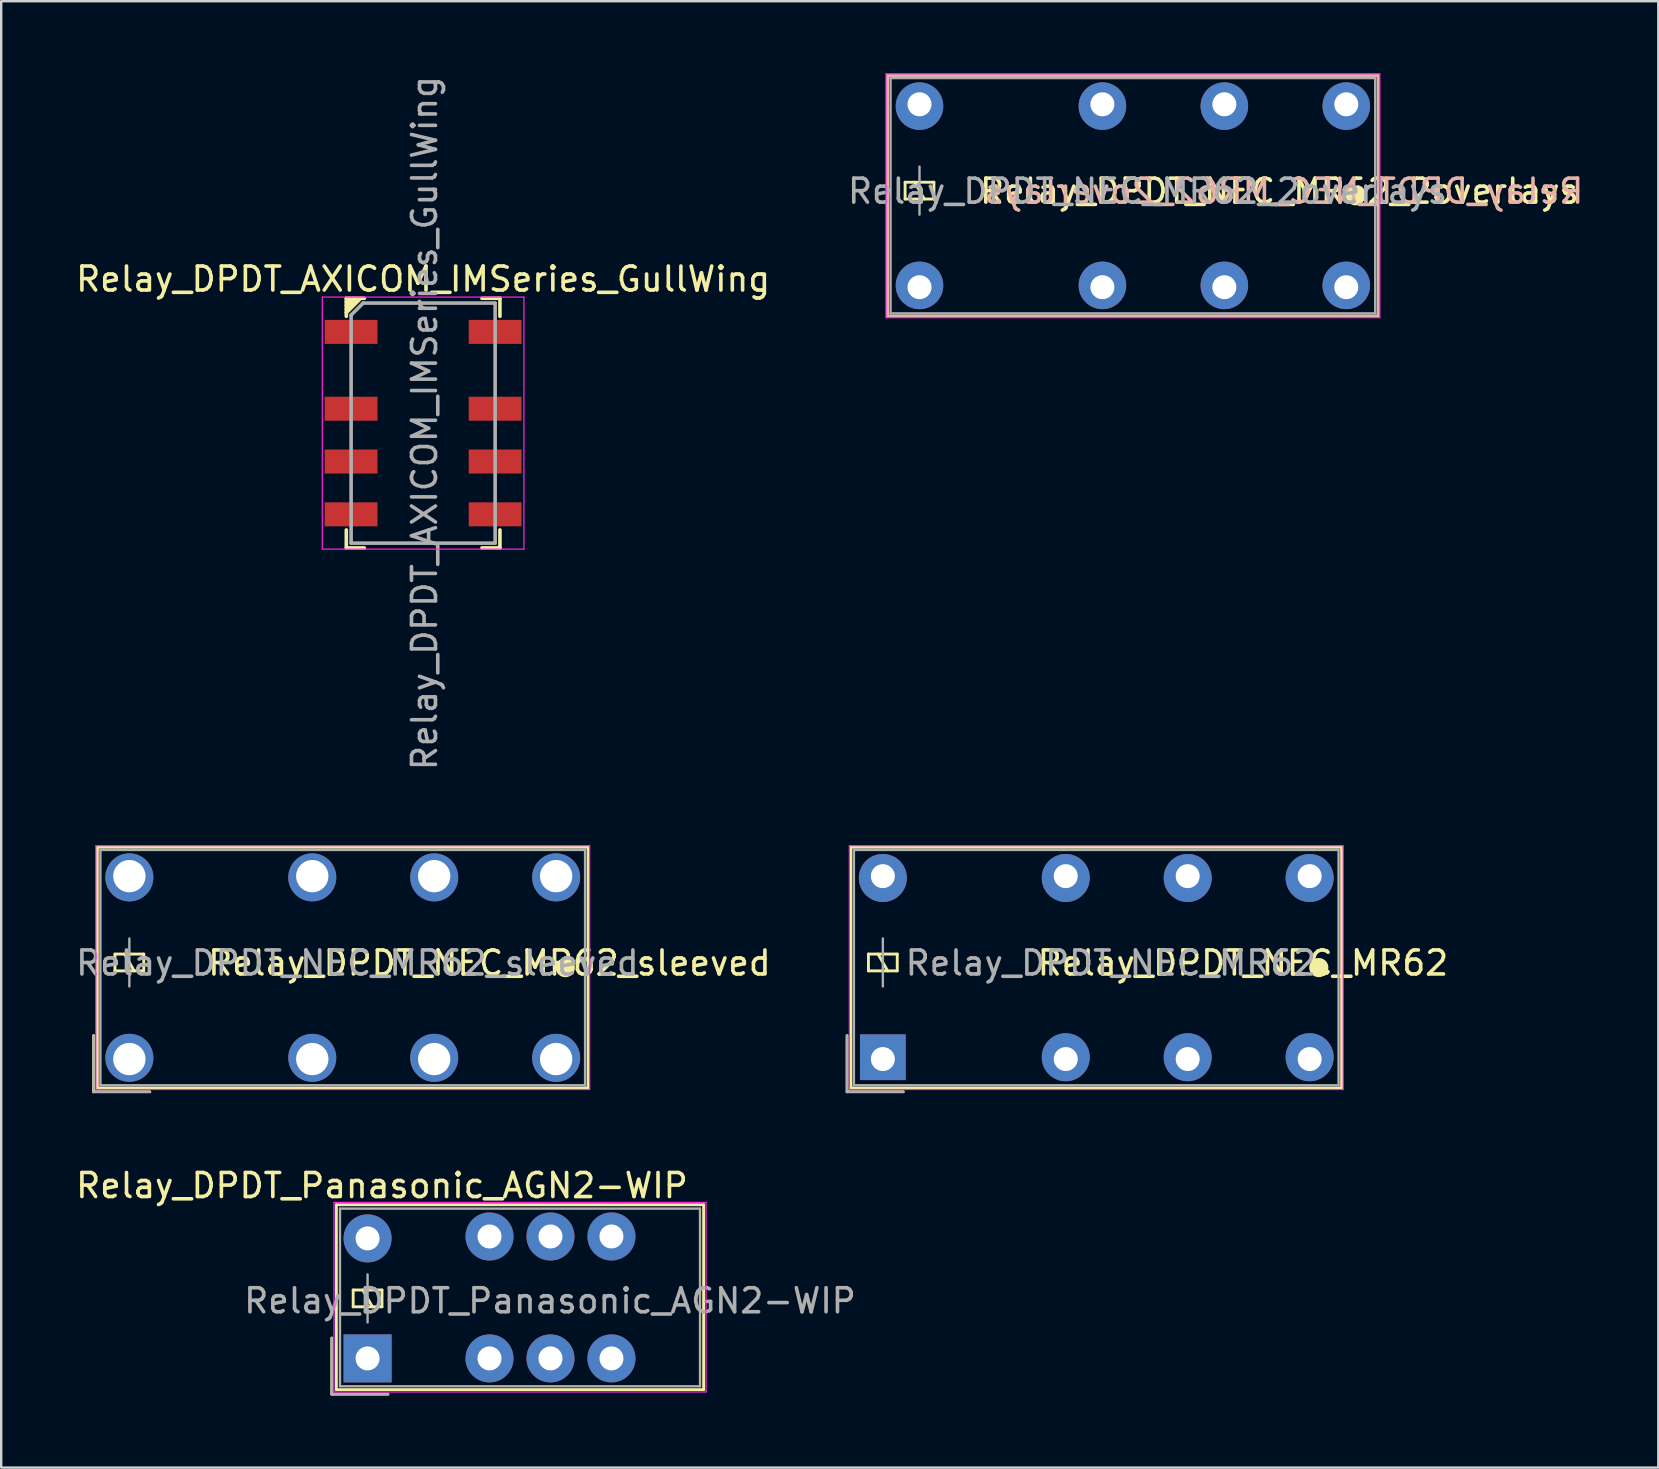
<source format=kicad_pcb>
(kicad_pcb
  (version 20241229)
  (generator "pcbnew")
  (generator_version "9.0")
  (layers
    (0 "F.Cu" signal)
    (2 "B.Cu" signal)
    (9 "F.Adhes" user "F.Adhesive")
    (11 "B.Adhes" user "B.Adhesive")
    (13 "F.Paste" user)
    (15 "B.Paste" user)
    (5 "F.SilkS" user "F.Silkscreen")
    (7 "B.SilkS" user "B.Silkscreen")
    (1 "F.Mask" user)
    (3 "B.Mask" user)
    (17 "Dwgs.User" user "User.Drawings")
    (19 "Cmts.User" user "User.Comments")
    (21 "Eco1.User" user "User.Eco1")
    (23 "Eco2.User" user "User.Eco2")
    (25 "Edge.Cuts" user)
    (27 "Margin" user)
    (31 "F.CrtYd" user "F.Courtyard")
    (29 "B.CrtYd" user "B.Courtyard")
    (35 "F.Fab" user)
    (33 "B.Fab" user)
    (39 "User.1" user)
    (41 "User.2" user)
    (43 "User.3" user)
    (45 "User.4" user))
  (footprint "Relay_DPDT_Panasonic_AGN2-WIP"
    (layer "F.Cu")
    (at 12.263 53.541)
    (property "Reference" "Relay_DPDT_Panasonic_AGN2-WIP" (at 0.6 -7.2 180) (layer "F.SilkS") (effects (font (size 1 1) (thickness 0.15))))
    (attr through_hole)
    (fp_line (start -1.49 1.49) (end -1.49 -0.85) (stroke (width 0.12) (type solid)) (layer "F.SilkS"))
    (fp_line (start -1.3 -6.4) (end -1.3 1.3) (stroke (width 0.12) (type solid)) (layer "F.SilkS"))
    (fp_line (start -1.3 1.3) (end 14 1.3) (stroke (width 0.12) (type solid)) (layer "F.SilkS"))
    (fp_line (start -0.6 -2.85) (end -0.6 -2.15) (stroke (width 0.12) (type solid)) (layer "F.SilkS"))
    (fp_line (start -0.6 -2.15) (end 0.6 -2.15) (stroke (width 0.12) (type solid)) (layer "F.SilkS"))
    (fp_line (start 0.2 -2.15) (end -0.2 -2.85) (stroke (width 0.12) (type solid)) (layer "F.SilkS"))
    (fp_line (start 0.6 -2.85) (end -0.6 -2.85) (stroke (width 0.12) (type solid)) (layer "F.SilkS"))
    (fp_line (start 0.6 -2.15) (end 0.6 -2.85) (stroke (width 0.12) (type solid)) (layer "F.SilkS"))
    (fp_line (start 0.85 1.49) (end -1.49 1.49) (stroke (width 0.12) (type solid)) (layer "F.SilkS"))
    (fp_line (start 14 -6.4) (end -1.3 -6.4) (stroke (width 0.12) (type solid)) (layer "F.SilkS"))
    (fp_line (start 14 1.3) (end 14 -6.4) (stroke (width 0.12) (type solid)) (layer "F.SilkS"))
    (fp_line (start -1.4 -6.5) (end -1.4 1.4) (stroke (width 0.05) (type solid)) (layer "F.CrtYd"))
    (fp_line (start -1.4 1.4) (end 14.1 1.4) (stroke (width 0.05) (type solid)) (layer "F.CrtYd"))
    (fp_line (start 14.1 -6.5) (end -1.4 -6.5) (stroke (width 0.05) (type solid)) (layer "F.CrtYd"))
    (fp_line (start 14.1 1.4) (end 14.1 -6.5) (stroke (width 0.05) (type solid)) (layer "F.CrtYd"))
    (fp_line (start -1.49 1.49) (end -1.49 -0.85) (stroke (width 0.1) (type solid)) (layer "F.Fab"))
    (fp_line (start -1.15 -6.24) (end 13.85 -6.24) (stroke (width 0.1) (type solid)) (layer "F.Fab"))
    (fp_line (start -1.15 1.16) (end -1.15 -6.24) (stroke (width 0.1) (type solid)) (layer "F.Fab"))
    (fp_line (start -1.15 1.16) (end 13.85 1.16) (stroke (width 0.1) (type solid)) (layer "F.Fab"))
    (fp_line (start 0 -1.5) (end 0 -3.5) (stroke (width 0.1) (type solid)) (layer "F.Fab"))
    (fp_line (start 0.85 1.49) (end -1.49 1.49) (stroke (width 0.1) (type solid)) (layer "F.Fab"))
    (fp_line (start 13.85 1.16) (end 13.85 -6.24) (stroke (width 0.1) (type solid)) (layer "F.Fab"))
    (fp_text user "${REFERENCE}" (at 7.6 -2.4 180) (layer "F.Fab") (effects (font (size 1 1) (thickness 0.15))))
    (pad "1" thru_hole rect (at 0 0 90) (size 2 2) (drill 1) (layers "*.Cu" "*.Mask"))
    (pad "3" thru_hole oval (at 5.08 0 90) (size 2 2) (drill 1) (layers "*.Cu" "*.Mask"))
    (pad "4" thru_hole oval (at 7.62 0 90) (size 2 2) (drill 1) (layers "*.Cu" "*.Mask"))
    (pad "5" thru_hole oval (at 10.16 0 90) (size 2 2) (drill 1) (layers "*.Cu" "*.Mask"))
    (pad "8" thru_hole oval (at 10.16 -5.08 90) (size 2 2) (drill 1) (layers "*.Cu" "*.Mask"))
    (pad "9" thru_hole oval (at 7.62 -5.08 90) (size 2 2) (drill 1) (layers "*.Cu" "*.Mask"))
    (pad "10" thru_hole oval (at 5.08 -5.08 90) (size 2 2) (drill 1) (layers "*.Cu" "*.Mask"))
    (pad "12" thru_hole oval (at 0 -5 90) (size 2 2) (drill 1) (layers "*.Cu" "*.Mask")))
  (footprint "Relay_DPDT_NEC_MR62_sleeved"
    (layer "F.Cu")
    (at 2.339 41.07)
    (property "Reference" "Relay_DPDT_NEC_MR62_sleeved" (at 15 -4 180) (layer "F.SilkS") (effects (font (size 1 1) (thickness 0.15))))
    (attr through_hole)
    (fp_line (start -1.49 1.363) (end -1.49 -0.977) (stroke (width 0.12) (type solid)) (layer "F.SilkS"))
    (fp_line (start -1.333 -8.826) (end -1.333 1.206) (stroke (width 0.12) (type solid)) (layer "F.SilkS"))
    (fp_line (start -1.333 1.206) (end 19.113 1.206) (stroke (width 0.12) (type solid)) (layer "F.SilkS"))
    (fp_line (start -0.6 -4.374) (end -0.6 -3.674) (stroke (width 0.12) (type solid)) (layer "F.SilkS"))
    (fp_line (start -0.6 -3.674) (end 0.6 -3.674) (stroke (width 0.12) (type solid)) (layer "F.SilkS"))
    (fp_line (start 0.2 -3.674) (end -0.2 -4.374) (stroke (width 0.12) (type solid)) (layer "F.SilkS"))
    (fp_line (start 0.6 -4.374) (end -0.6 -4.374) (stroke (width 0.12) (type solid)) (layer "F.SilkS"))
    (fp_line (start 0.6 -3.674) (end 0.6 -4.374) (stroke (width 0.12) (type solid)) (layer "F.SilkS"))
    (fp_line (start 0.85 1.363) (end -1.49 1.363) (stroke (width 0.12) (type solid)) (layer "F.SilkS"))
    (fp_line (start 19.113 -8.826) (end -1.333 -8.826) (stroke (width 0.12) (type solid)) (layer "F.SilkS"))
    (fp_line (start 19.113 1.206) (end 19.113 -8.826) (stroke (width 0.12) (type solid)) (layer "F.SilkS"))
    (fp_circle (center 18.161 -3.81) (end 18.361 -3.81) (stroke (width 0.4) (type solid)) (fill no) (layer "F.SilkS"))
    (fp_line (start -1.397 -8.89) (end -1.397 1.27) (stroke (width 0.05) (type solid)) (layer "F.CrtYd"))
    (fp_line (start -1.397 1.27) (end 19.177 1.27) (stroke (width 0.05) (type solid)) (layer "F.CrtYd"))
    (fp_line (start 19.177 -8.89) (end -1.397 -8.89) (stroke (width 0.05) (type solid)) (layer "F.CrtYd"))
    (fp_line (start 19.177 1.27) (end 19.177 -8.89) (stroke (width 0.05) (type solid)) (layer "F.CrtYd"))
    (fp_line (start -1.49 1.363) (end -1.49 -0.977) (stroke (width 0.1) (type solid)) (layer "F.Fab"))
    (fp_line (start -1.206 -8.712) (end 18.986 -8.712) (stroke (width 0.1) (type solid)) (layer "F.Fab"))
    (fp_line (start -1.206 1.092) (end -1.206 -8.712) (stroke (width 0.1) (type solid)) (layer "F.Fab"))
    (fp_line (start -1.206 1.092) (end 18.986 1.092) (stroke (width 0.1) (type solid)) (layer "F.Fab"))
    (fp_line (start 0 -3.024) (end 0 -5.024) (stroke (width 0.1) (type solid)) (layer "F.Fab"))
    (fp_line (start 0.85 1.363) (end -1.49 1.363) (stroke (width 0.1) (type solid)) (layer "F.Fab"))
    (fp_line (start 18.986 1.092) (end 18.986 -8.712) (stroke (width 0.1) (type solid)) (layer "F.Fab"))
    (fp_text user "${REFERENCE}" (at 9.5 -4 180) (layer "F.Fab") (effects (font (size 1 1) (thickness 0.15))))
    (pad "1" thru_hole oval (at 0 0 90) (size 2 2) (drill 1.346 (offset 0.051 0)) (layers "*.Cu" "*.Mask"))
    (pad "4" thru_hole oval (at 7.62 0 90) (size 2 2) (drill 1.346 (offset 0.051 0)) (layers "*.Cu" "*.Mask"))
    (pad "6" thru_hole oval (at 12.7 0 90) (size 2 2) (drill 1.346 (offset 0.051 0)) (layers "*.Cu" "*.Mask"))
    (pad "8" thru_hole oval (at 17.78 0 90) (size 2 2) (drill 1.346 (offset 0.051 0)) (layers "*.Cu" "*.Mask"))
    (pad "9" thru_hole oval (at 17.78 -7.62 90) (size 2 2) (drill 1.346 (offset -0.051 0)) (layers "*.Cu" "*.Mask"))
    (pad "11" thru_hole oval (at 12.7 -7.62 90) (size 2 2) (drill 1.346 (offset -0.051 0)) (layers "*.Cu" "*.Mask"))
    (pad "13" thru_hole oval (at 7.62 -7.62 90) (size 2 2) (drill 1.346 (offset -0.051 0)) (layers "*.Cu" "*.Mask"))
    (pad "16" thru_hole oval (at 0 -7.62 90) (size 2 2) (drill 1.346 (offset -0.051 0)) (layers "*.Cu" "*.Mask")))
  (footprint "Relay_DPDT_AXICOM_IMSeries_GullWing"
    (layer "F.Cu")
    (at 14.577 14.577)
    (property "Reference" "Relay_DPDT_AXICOM_IMSeries_GullWing" (at 0 -6 0) (layer "F.SilkS") (effects (font (size 1 1) (thickness 0.15))))
    (attr smd)
    (fp_line (start -3.2 -5.2) (end -3.2 -4.45) (stroke (width 0.15) (type solid)) (layer "F.SilkS"))
    (fp_line (start -3.2 4.45) (end -3.2 5.2) (stroke (width 0.15) (type solid)) (layer "F.SilkS"))
    (fp_line (start -3.2 5.2) (end -2.45 5.2) (stroke (width 0.15) (type solid)) (layer "F.SilkS"))
    (fp_line (start -3.05 -5.2) (end -3.2 -5.05) (stroke (width 0.15) (type solid)) (layer "F.SilkS"))
    (fp_line (start -2.9 -5.2) (end -3.2 -4.9) (stroke (width 0.15) (type solid)) (layer "F.SilkS"))
    (fp_line (start -2.75 -5.2) (end -3.2 -4.75) (stroke (width 0.15) (type solid)) (layer "F.SilkS"))
    (fp_line (start -2.6 -5.2) (end -3.2 -4.6) (stroke (width 0.15) (type solid)) (layer "F.SilkS"))
    (fp_line (start -2.45 -5.2) (end -3.2 -5.2) (stroke (width 0.15) (type solid)) (layer "F.SilkS"))
    (fp_line (start 2.45 -5.2) (end 3.2 -5.2) (stroke (width 0.15) (type solid)) (layer "F.SilkS"))
    (fp_line (start 2.45 5.2) (end 3.2 5.2) (stroke (width 0.15) (type solid)) (layer "F.SilkS"))
    (fp_line (start 3.2 -5.2) (end 3.2 -4.45) (stroke (width 0.15) (type solid)) (layer "F.SilkS"))
    (fp_line (start 3.2 4.45) (end 3.2 5.2) (stroke (width 0.15) (type solid)) (layer "F.SilkS"))
    (fp_line (start -4.2 -5.25) (end -4.2 5.25) (stroke (width 0.05) (type solid)) (layer "F.CrtYd"))
    (fp_line (start -4.2 5.25) (end 4.2 5.25) (stroke (width 0.05) (type solid)) (layer "F.CrtYd"))
    (fp_line (start 4.2 -5.25) (end -4.2 -5.25) (stroke (width 0.05) (type solid)) (layer "F.CrtYd"))
    (fp_line (start 4.2 5.25) (end 4.2 -5.25) (stroke (width 0.05) (type solid)) (layer "F.CrtYd"))
    (fp_line (start -3 -4.5) (end -2.5 -5) (stroke (width 0.15) (type solid)) (layer "F.Fab"))
    (fp_line (start -3 5) (end -3 -4.5) (stroke (width 0.15) (type solid)) (layer "F.Fab"))
    (fp_line (start -2.5 -5) (end 3 -5) (stroke (width 0.15) (type solid)) (layer "F.Fab"))
    (fp_line (start 3 -5) (end 3 5) (stroke (width 0.15) (type solid)) (layer "F.Fab"))
    (fp_line (start 3 5) (end -3 5) (stroke (width 0.15) (type solid)) (layer "F.Fab"))
    (fp_text user "${REFERENCE}" (at 0.06 0 90) (layer "F.Fab") (effects (font (size 1 1) (thickness 0.15))))
    (pad "1" smd rect (at -3 -3.8) (size 2.2 1) (layers "F.Cu" "F.Mask" "F.Paste"))
    (pad "2" smd rect (at -3 -0.6) (size 2.2 1) (layers "F.Cu" "F.Mask" "F.Paste"))
    (pad "3" smd rect (at -3 1.6) (size 2.2 1) (layers "F.Cu" "F.Mask" "F.Paste"))
    (pad "4" smd rect (at -3 3.8) (size 2.2 1) (layers "F.Cu" "F.Mask" "F.Paste"))
    (pad "5" smd rect (at 3 3.8) (size 2.2 1) (layers "F.Cu" "F.Mask" "F.Paste"))
    (pad "6" smd rect (at 3 1.6) (size 2.2 1) (layers "F.Cu" "F.Mask" "F.Paste"))
    (pad "7" smd rect (at 3 -0.6) (size 2.2 1) (layers "F.Cu" "F.Mask" "F.Paste"))
    (pad "8" smd rect (at 3 -3.8) (size 2.2 1) (layers "F.Cu" "F.Mask" "F.Paste")))
  (footprint "Relay_DPDT_NEC_MR62"
    (layer "F.Cu")
    (at 33.729 41.07)
    (property "Reference" "Relay_DPDT_NEC_MR62" (at 15 -4 180) (layer "F.SilkS") (effects (font (size 1 1) (thickness 0.15))))
    (attr through_hole)
    (fp_line (start -1.49 1.363) (end -1.49 -0.977) (stroke (width 0.12) (type solid)) (layer "F.SilkS"))
    (fp_line (start -1.333 -8.826) (end -1.333 1.206) (stroke (width 0.12) (type solid)) (layer "F.SilkS"))
    (fp_line (start -1.333 1.206) (end 19.113 1.206) (stroke (width 0.12) (type solid)) (layer "F.SilkS"))
    (fp_line (start -0.6 -4.374) (end -0.6 -3.674) (stroke (width 0.12) (type solid)) (layer "F.SilkS"))
    (fp_line (start -0.6 -3.674) (end 0.6 -3.674) (stroke (width 0.12) (type solid)) (layer "F.SilkS"))
    (fp_line (start 0.2 -3.674) (end -0.2 -4.374) (stroke (width 0.12) (type solid)) (layer "F.SilkS"))
    (fp_line (start 0.6 -4.374) (end -0.6 -4.374) (stroke (width 0.12) (type solid)) (layer "F.SilkS"))
    (fp_line (start 0.6 -3.674) (end 0.6 -4.374) (stroke (width 0.12) (type solid)) (layer "F.SilkS"))
    (fp_line (start 0.85 1.363) (end -1.49 1.363) (stroke (width 0.12) (type solid)) (layer "F.SilkS"))
    (fp_line (start 19.113 -8.826) (end -1.333 -8.826) (stroke (width 0.12) (type solid)) (layer "F.SilkS"))
    (fp_line (start 19.113 1.206) (end 19.113 -8.826) (stroke (width 0.12) (type solid)) (layer "F.SilkS"))
    (fp_circle (center 18.161 -3.81) (end 18.361 -3.81) (stroke (width 0.4) (type solid)) (fill no) (layer "F.SilkS"))
    (fp_line (start -1.397 -8.89) (end -1.397 1.27) (stroke (width 0.05) (type solid)) (layer "F.CrtYd"))
    (fp_line (start -1.397 1.27) (end 19.177 1.27) (stroke (width 0.05) (type solid)) (layer "F.CrtYd"))
    (fp_line (start 19.177 -8.89) (end -1.397 -8.89) (stroke (width 0.05) (type solid)) (layer "F.CrtYd"))
    (fp_line (start 19.177 1.27) (end 19.177 -8.89) (stroke (width 0.05) (type solid)) (layer "F.CrtYd"))
    (fp_line (start -1.49 1.363) (end -1.49 -0.977) (stroke (width 0.1) (type solid)) (layer "F.Fab"))
    (fp_line (start -1.206 -8.712) (end 18.986 -8.712) (stroke (width 0.1) (type solid)) (layer "F.Fab"))
    (fp_line (start -1.206 1.092) (end -1.206 -8.712) (stroke (width 0.1) (type solid)) (layer "F.Fab"))
    (fp_line (start -1.206 1.092) (end 18.986 1.092) (stroke (width 0.1) (type solid)) (layer "F.Fab"))
    (fp_line (start 0 -3.024) (end 0 -5.024) (stroke (width 0.1) (type solid)) (layer "F.Fab"))
    (fp_line (start 0.85 1.363) (end -1.49 1.363) (stroke (width 0.1) (type solid)) (layer "F.Fab"))
    (fp_line (start 18.986 1.092) (end 18.986 -8.712) (stroke (width 0.1) (type solid)) (layer "F.Fab"))
    (fp_text user "${REFERENCE}" (at 9.5 -4 180) (layer "F.Fab") (effects (font (size 1 1) (thickness 0.15))))
    (pad "1" thru_hole rect (at 0 0 90) (size 1.905 1.905) (drill 1 (offset 0.076 0)) (layers "*.Cu" "*.Mask"))
    (pad "4" thru_hole oval (at 7.62 0 90) (size 2 2) (drill 1 (offset 0.076 0)) (layers "*.Cu" "*.Mask"))
    (pad "6" thru_hole oval (at 12.7 0 90) (size 2 2) (drill 1 (offset 0.076 0)) (layers "*.Cu" "*.Mask"))
    (pad "8" thru_hole oval (at 17.78 0 90) (size 2 2) (drill 1 (offset 0.076 0)) (layers "*.Cu" "*.Mask"))
    (pad "9" thru_hole oval (at 17.78 -7.62 90) (size 2 2) (drill 1 (offset -0.076 0)) (layers "*.Cu" "*.Mask"))
    (pad "11" thru_hole oval (at 12.7 -7.62 90) (size 2 2) (drill 1 (offset -0.076 0)) (layers "*.Cu" "*.Mask"))
    (pad "13" thru_hole oval (at 7.62 -7.62 90) (size 2 2) (drill 1 (offset -0.076 0)) (layers "*.Cu" "*.Mask"))
    (pad "16" thru_hole oval (at 0 -7.62 90) (size 2 2) (drill 1 (offset -0.076 0)) (layers "*.Cu" "*.Mask")))
  (footprint "Relay_DPDT_NEC_MR62_2overlays"
    (layer "F.Cu")
    (at 35.256 8.915)
    (property "Reference" "Relay_DPDT_NEC_MR62_2overlays" (at 15 -4 180) (layer "F.SilkS") (effects (font (size 1 1) (thickness 0.15))))
    (attr through_hole)
    (fp_line (start -1.333 -8.826) (end -1.333 1.206) (stroke (width 0.12) (type solid)) (layer "F.SilkS"))
    (fp_line (start -1.333 1.206) (end 19.113 1.206) (stroke (width 0.12) (type solid)) (layer "F.SilkS"))
    (fp_line (start -0.6 -4.374) (end -0.6 -3.674) (stroke (width 0.12) (type solid)) (layer "F.SilkS"))
    (fp_line (start -0.6 -3.674) (end 0.6 -3.674) (stroke (width 0.12) (type solid)) (layer "F.SilkS"))
    (fp_line (start 0.2 -3.674) (end -0.2 -4.374) (stroke (width 0.12) (type solid)) (layer "F.SilkS"))
    (fp_line (start 0.6 -4.374) (end -0.6 -4.374) (stroke (width 0.12) (type solid)) (layer "F.SilkS"))
    (fp_line (start 0.6 -3.674) (end 0.6 -4.374) (stroke (width 0.12) (type solid)) (layer "F.SilkS"))
    (fp_line (start 19.113 -8.826) (end -1.333 -8.826) (stroke (width 0.12) (type solid)) (layer "F.SilkS"))
    (fp_line (start 19.113 1.206) (end 19.113 -8.826) (stroke (width 0.12) (type solid)) (layer "F.SilkS"))
    (fp_circle (center 18.161 -3.81) (end 18.361 -3.81) (stroke (width 0.4) (type solid)) (fill no) (layer "F.SilkS"))
    (fp_line (start -1.333 -8.826) (end -1.333 1.206) (stroke (width 0.12) (type solid)) (layer "B.SilkS"))
    (fp_line (start -1.333 1.206) (end 19.113 1.206) (stroke (width 0.12) (type solid)) (layer "B.SilkS"))
    (fp_line (start 19.113 -8.826) (end -1.333 -8.826) (stroke (width 0.12) (type solid)) (layer "B.SilkS"))
    (fp_line (start 19.113 1.206) (end 19.113 -8.826) (stroke (width 0.12) (type solid)) (layer "B.SilkS"))
    (fp_line (start -1.397 -8.89) (end -1.397 1.27) (stroke (width 0.05) (type solid)) (layer "F.CrtYd"))
    (fp_line (start -1.397 1.27) (end 19.177 1.27) (stroke (width 0.05) (type solid)) (layer "F.CrtYd"))
    (fp_line (start 19.177 -8.89) (end -1.397 -8.89) (stroke (width 0.05) (type solid)) (layer "F.CrtYd"))
    (fp_line (start 19.177 1.27) (end 19.177 -8.89) (stroke (width 0.05) (type solid)) (layer "F.CrtYd"))
    (fp_line (start -1.206 -8.712) (end 18.986 -8.712) (stroke (width 0.1) (type solid)) (layer "F.Fab"))
    (fp_line (start -1.206 1.092) (end -1.206 -8.712) (stroke (width 0.1) (type solid)) (layer "F.Fab"))
    (fp_line (start -1.206 1.092) (end 18.986 1.092) (stroke (width 0.1) (type solid)) (layer "F.Fab"))
    (fp_line (start 0 -3.024) (end 0 -5.024) (stroke (width 0.1) (type solid)) (layer "F.Fab"))
    (fp_line (start 18.986 1.092) (end 18.986 -8.712) (stroke (width 0.1) (type solid)) (layer "F.Fab"))
    (fp_text user "${REFERENCE}" (at 15.177 -4 180) (layer "B.SilkS") (effects (font (size 1 1) (thickness 0.15)) (justify mirror)))
    (fp_text user "${REFERENCE}" (at 9.5 -4 180) (layer "F.Fab") (effects (font (size 1 1) (thickness 0.15))))
    (pad "1" thru_hole oval (at 0 0 90) (size 1.981 1.981) (drill 1 (offset 0.076 0)) (layers "*.Cu" "*.Mask"))
    (pad "4" thru_hole oval (at 7.62 0 90) (size 1.981 1.981) (drill 1 (offset 0.076 0)) (layers "*.Cu" "*.Mask"))
    (pad "6" thru_hole oval (at 12.7 0 90) (size 1.981 1.981) (drill 1 (offset 0.076 0)) (layers "*.Cu" "*.Mask"))
    (pad "8" thru_hole oval (at 17.78 0 90) (size 1.981 1.981) (drill 1 (offset 0.076 0)) (layers "*.Cu" "*.Mask"))
    (pad "9" thru_hole oval (at 17.78 -7.62 90) (size 1.981 1.981) (drill 1 (offset -0.076 0)) (layers "*.Cu" "*.Mask"))
    (pad "11" thru_hole oval (at 12.7 -7.62 90) (size 1.981 1.981) (drill 1 (offset -0.076 0)) (layers "*.Cu" "*.Mask"))
    (pad "13" thru_hole oval (at 7.62 -7.62 90) (size 1.981 1.981) (drill 1 (offset -0.076 0)) (layers "*.Cu" "*.Mask"))
    (pad "16" thru_hole oval (at 0 -7.62 90) (size 1.981 1.981) (drill 1 (offset -0.076 0)) (layers "*.Cu" "*.Mask")))
  (gr_rect
    (start -3 -3)
    (end 66.034 58.091)
    (stroke (width 0.1) (type default))
    (fill no)
    (layer "Edge.Cuts")))
</source>
